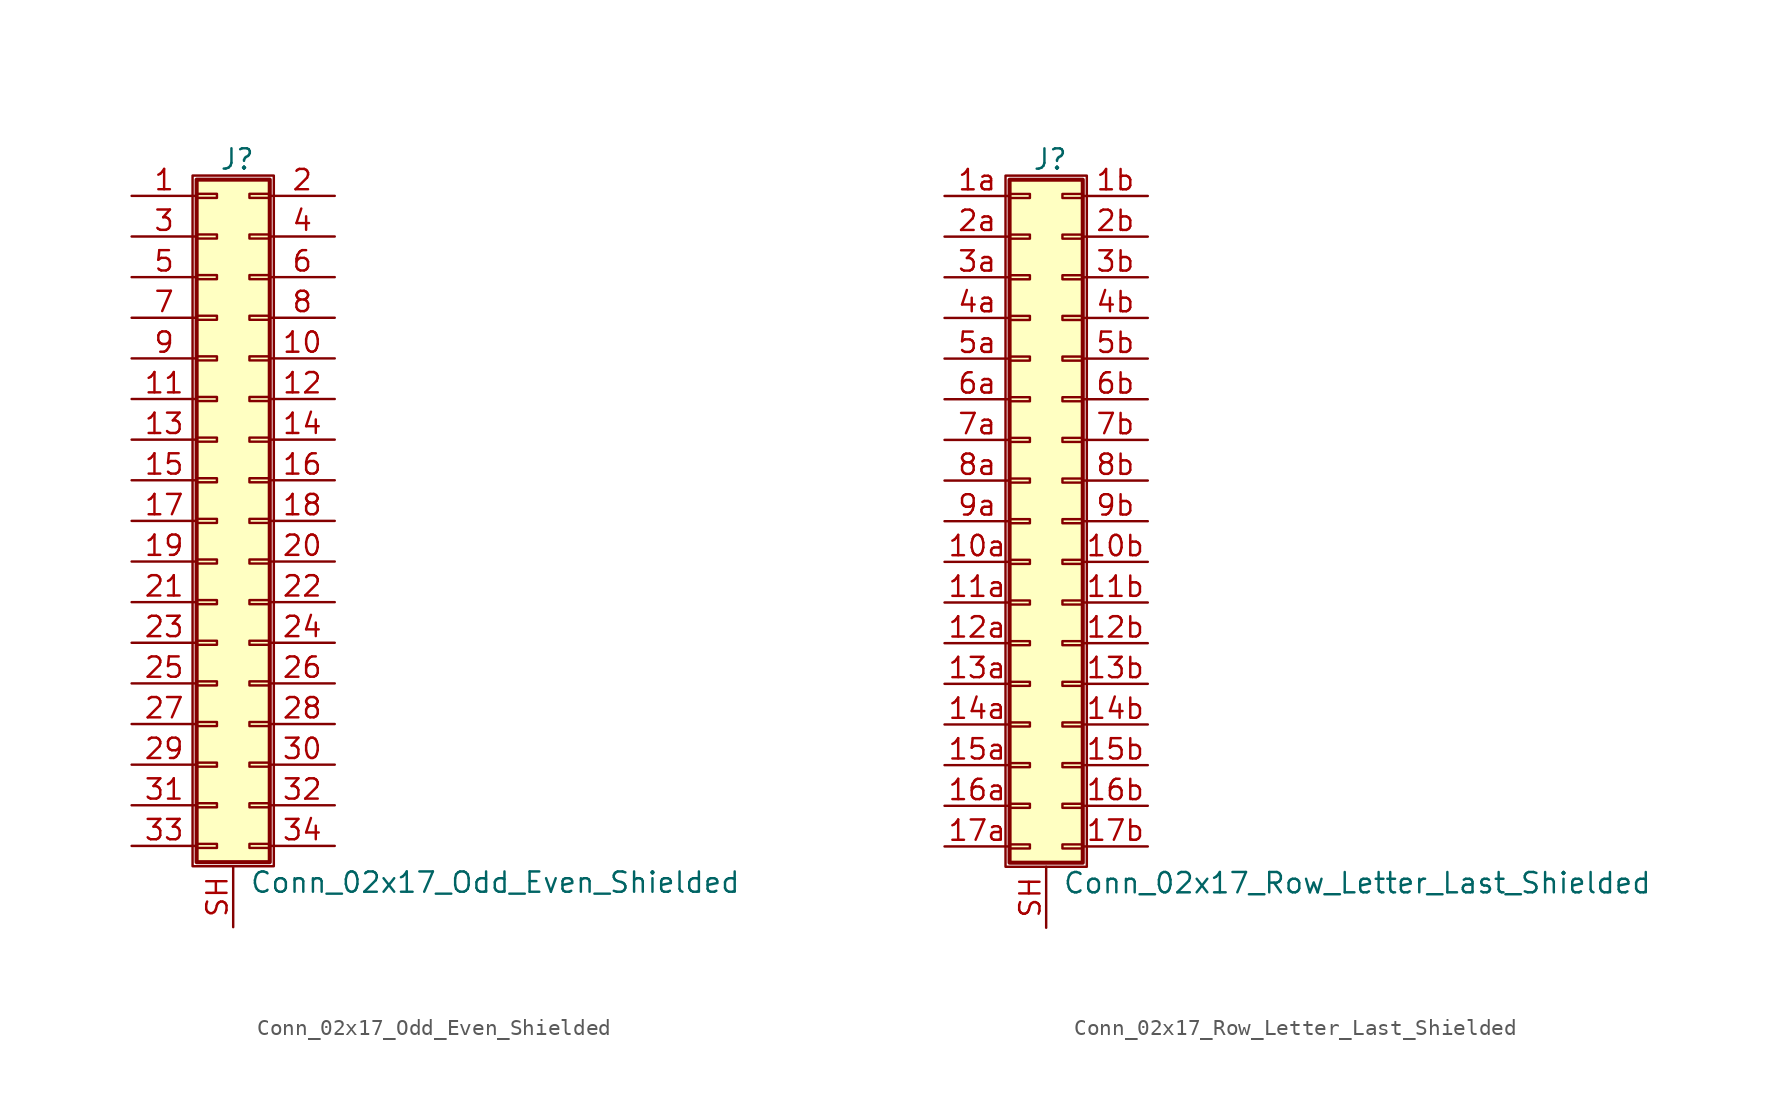
<source format=kicad_sym>
(kicad_symbol_lib
  (version 20201005)
  (generator kicad_symbol_editor)
  (symbol "Conn_02x17_Odd_Even_Shielded"
    (pin_names
      (offset 1.016) hide)
    (property "Reference" "J"
      (at 1.524 22.606 0)
      (effects (font (size 1.27 1.27))))
    (property "Value" "Conn_02x17_Odd_Even_Shielded"
      (at 2.286 -22.606 0)
      (effects (font (size 1.27 1.27)) (justify left)))
    (symbol "Conn_02x17_Odd_Even_Shielded_1_1"
      (rectangle (start -1.27 21.59) (end 3.81 -21.59) (stroke (width 0.152)) (fill (type none)))
      (rectangle (start -1.016 -20.193) (end 0.254 -20.447) (stroke (width 0.152)) (fill (type none)))
      (rectangle (start -1.016 -17.653) (end 0.254 -17.907) (stroke (width 0.152)) (fill (type none)))
      (rectangle (start -1.016 -15.113) (end 0.254 -15.367) (stroke (width 0.152)) (fill (type none)))
      (rectangle (start -1.016 -12.573) (end 0.254 -12.827) (stroke (width 0.152)) (fill (type none)))
      (rectangle (start -1.016 -10.033) (end 0.254 -10.287) (stroke (width 0.152)) (fill (type none)))
      (rectangle (start -1.016 -7.493) (end 0.254 -7.747) (stroke (width 0.152)) (fill (type none)))
      (rectangle (start -1.016 -4.953) (end 0.254 -5.207) (stroke (width 0.152)) (fill (type none)))
      (rectangle (start -1.016 -2.413) (end 0.254 -2.667) (stroke (width 0.152)) (fill (type none)))
      (rectangle (start -1.016 0.127) (end 0.254 -0.127) (stroke (width 0.152)) (fill (type none)))
      (rectangle (start -1.016 2.667) (end 0.254 2.413) (stroke (width 0.152)) (fill (type none)))
      (rectangle (start -1.016 5.207) (end 0.254 4.953) (stroke (width 0.152)) (fill (type none)))
      (rectangle (start -1.016 7.747) (end 0.254 7.493) (stroke (width 0.152)) (fill (type none)))
      (rectangle (start -1.016 10.287) (end 0.254 10.033) (stroke (width 0.152)) (fill (type none)))
      (rectangle (start -1.016 12.827) (end 0.254 12.573) (stroke (width 0.152)) (fill (type none)))
      (rectangle (start -1.016 15.367) (end 0.254 15.113) (stroke (width 0.152)) (fill (type none)))
      (rectangle (start -1.016 17.907) (end 0.254 17.653) (stroke (width 0.152)) (fill (type none)))
      (rectangle (start -1.016 20.447) (end 0.254 20.193) (stroke (width 0.152)) (fill (type none)))
      (rectangle (start -1.016 21.336) (end 3.556 -21.336) (stroke (width 0.254)) (fill (type background)))
      (rectangle (start 3.556 -20.193) (end 2.286 -20.447) (stroke (width 0.152)) (fill (type none)))
      (rectangle (start 3.556 -17.653) (end 2.286 -17.907) (stroke (width 0.152)) (fill (type none)))
      (rectangle (start 3.556 -15.113) (end 2.286 -15.367) (stroke (width 0.152)) (fill (type none)))
      (rectangle (start 3.556 -12.573) (end 2.286 -12.827) (stroke (width 0.152)) (fill (type none)))
      (rectangle (start 3.556 -10.033) (end 2.286 -10.287) (stroke (width 0.152)) (fill (type none)))
      (rectangle (start 3.556 -7.493) (end 2.286 -7.747) (stroke (width 0.152)) (fill (type none)))
      (rectangle (start 3.556 -4.953) (end 2.286 -5.207) (stroke (width 0.152)) (fill (type none)))
      (rectangle (start 3.556 -2.413) (end 2.286 -2.667) (stroke (width 0.152)) (fill (type none)))
      (rectangle (start 3.556 0.127) (end 2.286 -0.127) (stroke (width 0.152)) (fill (type none)))
      (rectangle (start 3.556 2.667) (end 2.286 2.413) (stroke (width 0.152)) (fill (type none)))
      (rectangle (start 3.556 5.207) (end 2.286 4.953) (stroke (width 0.152)) (fill (type none)))
      (rectangle (start 3.556 7.747) (end 2.286 7.493) (stroke (width 0.152)) (fill (type none)))
      (rectangle (start 3.556 10.287) (end 2.286 10.033) (stroke (width 0.152)) (fill (type none)))
      (rectangle (start 3.556 12.827) (end 2.286 12.573) (stroke (width 0.152)) (fill (type none)))
      (rectangle (start 3.556 15.367) (end 2.286 15.113) (stroke (width 0.152)) (fill (type none)))
      (rectangle (start 3.556 17.907) (end 2.286 17.653) (stroke (width 0.152)) (fill (type none)))
      (rectangle (start 3.556 20.447) (end 2.286 20.193) (stroke (width 0.152)) (fill (type none)))
      (pin passive line (at -5.08 20.32 0) (length 4.064) (name "Pin_1" (effects (font (size 1.27 1.27)))) (number "1" (effects (font (size 1.27 1.27)))))
      (pin passive line (at 7.62 10.16 180) (length 4.064) (name "Pin_10" (effects (font (size 1.27 1.27)))) (number "10" (effects (font (size 1.27 1.27)))))
      (pin passive line (at -5.08 7.62 0) (length 4.064) (name "Pin_11" (effects (font (size 1.27 1.27)))) (number "11" (effects (font (size 1.27 1.27)))))
      (pin passive line (at 7.62 7.62 180) (length 4.064) (name "Pin_12" (effects (font (size 1.27 1.27)))) (number "12" (effects (font (size 1.27 1.27)))))
      (pin passive line (at -5.08 5.08 0) (length 4.064) (name "Pin_13" (effects (font (size 1.27 1.27)))) (number "13" (effects (font (size 1.27 1.27)))))
      (pin passive line (at 7.62 5.08 180) (length 4.064) (name "Pin_14" (effects (font (size 1.27 1.27)))) (number "14" (effects (font (size 1.27 1.27)))))
      (pin passive line (at -5.08 2.54 0) (length 4.064) (name "Pin_15" (effects (font (size 1.27 1.27)))) (number "15" (effects (font (size 1.27 1.27)))))
      (pin passive line (at 7.62 2.54 180) (length 4.064) (name "Pin_16" (effects (font (size 1.27 1.27)))) (number "16" (effects (font (size 1.27 1.27)))))
      (pin passive line (at -5.08 0 0) (length 4.064) (name "Pin_17" (effects (font (size 1.27 1.27)))) (number "17" (effects (font (size 1.27 1.27)))))
      (pin passive line (at 7.62 0 180) (length 4.064) (name "Pin_18" (effects (font (size 1.27 1.27)))) (number "18" (effects (font (size 1.27 1.27)))))
      (pin passive line (at -5.08 -2.54 0) (length 4.064) (name "Pin_19" (effects (font (size 1.27 1.27)))) (number "19" (effects (font (size 1.27 1.27)))))
      (pin passive line (at 7.62 20.32 180) (length 4.064) (name "Pin_2" (effects (font (size 1.27 1.27)))) (number "2" (effects (font (size 1.27 1.27)))))
      (pin passive line (at 7.62 -2.54 180) (length 4.064) (name "Pin_20" (effects (font (size 1.27 1.27)))) (number "20" (effects (font (size 1.27 1.27)))))
      (pin passive line (at -5.08 -5.08 0) (length 4.064) (name "Pin_21" (effects (font (size 1.27 1.27)))) (number "21" (effects (font (size 1.27 1.27)))))
      (pin passive line (at 7.62 -5.08 180) (length 4.064) (name "Pin_22" (effects (font (size 1.27 1.27)))) (number "22" (effects (font (size 1.27 1.27)))))
      (pin passive line (at -5.08 -7.62 0) (length 4.064) (name "Pin_23" (effects (font (size 1.27 1.27)))) (number "23" (effects (font (size 1.27 1.27)))))
      (pin passive line (at 7.62 -7.62 180) (length 4.064) (name "Pin_24" (effects (font (size 1.27 1.27)))) (number "24" (effects (font (size 1.27 1.27)))))
      (pin passive line (at -5.08 -10.16 0) (length 4.064) (name "Pin_25" (effects (font (size 1.27 1.27)))) (number "25" (effects (font (size 1.27 1.27)))))
      (pin passive line (at 7.62 -10.16 180) (length 4.064) (name "Pin_26" (effects (font (size 1.27 1.27)))) (number "26" (effects (font (size 1.27 1.27)))))
      (pin passive line (at -5.08 -12.7 0) (length 4.064) (name "Pin_27" (effects (font (size 1.27 1.27)))) (number "27" (effects (font (size 1.27 1.27)))))
      (pin passive line (at 7.62 -12.7 180) (length 4.064) (name "Pin_28" (effects (font (size 1.27 1.27)))) (number "28" (effects (font (size 1.27 1.27)))))
      (pin passive line (at -5.08 -15.24 0) (length 4.064) (name "Pin_29" (effects (font (size 1.27 1.27)))) (number "29" (effects (font (size 1.27 1.27)))))
      (pin passive line (at -5.08 17.78 0) (length 4.064) (name "Pin_3" (effects (font (size 1.27 1.27)))) (number "3" (effects (font (size 1.27 1.27)))))
      (pin passive line (at 7.62 -15.24 180) (length 4.064) (name "Pin_30" (effects (font (size 1.27 1.27)))) (number "30" (effects (font (size 1.27 1.27)))))
      (pin passive line (at -5.08 -17.78 0) (length 4.064) (name "Pin_31" (effects (font (size 1.27 1.27)))) (number "31" (effects (font (size 1.27 1.27)))))
      (pin passive line (at 7.62 -17.78 180) (length 4.064) (name "Pin_32" (effects (font (size 1.27 1.27)))) (number "32" (effects (font (size 1.27 1.27)))))
      (pin passive line (at -5.08 -20.32 0) (length 4.064) (name "Pin_33" (effects (font (size 1.27 1.27)))) (number "33" (effects (font (size 1.27 1.27)))))
      (pin passive line (at 7.62 -20.32 180) (length 4.064) (name "Pin_34" (effects (font (size 1.27 1.27)))) (number "34" (effects (font (size 1.27 1.27)))))
      (pin passive line (at 7.62 17.78 180) (length 4.064) (name "Pin_4" (effects (font (size 1.27 1.27)))) (number "4" (effects (font (size 1.27 1.27)))))
      (pin passive line (at -5.08 15.24 0) (length 4.064) (name "Pin_5" (effects (font (size 1.27 1.27)))) (number "5" (effects (font (size 1.27 1.27)))))
      (pin passive line (at 7.62 15.24 180) (length 4.064) (name "Pin_6" (effects (font (size 1.27 1.27)))) (number "6" (effects (font (size 1.27 1.27)))))
      (pin passive line (at -5.08 12.7 0) (length 4.064) (name "Pin_7" (effects (font (size 1.27 1.27)))) (number "7" (effects (font (size 1.27 1.27)))))
      (pin passive line (at 7.62 12.7 180) (length 4.064) (name "Pin_8" (effects (font (size 1.27 1.27)))) (number "8" (effects (font (size 1.27 1.27)))))
      (pin passive line (at -5.08 10.16 0) (length 4.064) (name "Pin_9" (effects (font (size 1.27 1.27)))) (number "9" (effects (font (size 1.27 1.27)))))
      (pin passive line (at 1.27 -25.4 90) (length 3.81) (name "Shield" (effects (font (size 1.27 1.27)))) (number "SH" (effects (font (size 1.27 1.27)))))))
  (symbol "Conn_02x17_Row_Letter_Last_Shielded"
    (pin_names
      (offset 1.016) hide)
    (property "Reference" "J"
      (at 1.524 22.606 0)
      (effects (font (size 1.27 1.27))))
    (property "Value" "Conn_02x17_Row_Letter_Last_Shielded"
      (at 2.286 -22.606 0)
      (effects (font (size 1.27 1.27)) (justify left)))
    (symbol "Conn_02x17_Row_Letter_Last_Shielded_1_1"
      (rectangle (start -1.27 21.59) (end 3.81 -21.59) (stroke (width 0.152)) (fill (type none)))
      (rectangle (start -1.016 -20.193) (end 0.254 -20.447) (stroke (width 0.152)) (fill (type none)))
      (rectangle (start -1.016 -17.653) (end 0.254 -17.907) (stroke (width 0.152)) (fill (type none)))
      (rectangle (start -1.016 -15.113) (end 0.254 -15.367) (stroke (width 0.152)) (fill (type none)))
      (rectangle (start -1.016 -12.573) (end 0.254 -12.827) (stroke (width 0.152)) (fill (type none)))
      (rectangle (start -1.016 -10.033) (end 0.254 -10.287) (stroke (width 0.152)) (fill (type none)))
      (rectangle (start -1.016 -7.493) (end 0.254 -7.747) (stroke (width 0.152)) (fill (type none)))
      (rectangle (start -1.016 -4.953) (end 0.254 -5.207) (stroke (width 0.152)) (fill (type none)))
      (rectangle (start -1.016 -2.413) (end 0.254 -2.667) (stroke (width 0.152)) (fill (type none)))
      (rectangle (start -1.016 0.127) (end 0.254 -0.127) (stroke (width 0.152)) (fill (type none)))
      (rectangle (start -1.016 2.667) (end 0.254 2.413) (stroke (width 0.152)) (fill (type none)))
      (rectangle (start -1.016 5.207) (end 0.254 4.953) (stroke (width 0.152)) (fill (type none)))
      (rectangle (start -1.016 7.747) (end 0.254 7.493) (stroke (width 0.152)) (fill (type none)))
      (rectangle (start -1.016 10.287) (end 0.254 10.033) (stroke (width 0.152)) (fill (type none)))
      (rectangle (start -1.016 12.827) (end 0.254 12.573) (stroke (width 0.152)) (fill (type none)))
      (rectangle (start -1.016 15.367) (end 0.254 15.113) (stroke (width 0.152)) (fill (type none)))
      (rectangle (start -1.016 17.907) (end 0.254 17.653) (stroke (width 0.152)) (fill (type none)))
      (rectangle (start -1.016 20.447) (end 0.254 20.193) (stroke (width 0.152)) (fill (type none)))
      (rectangle (start -1.016 21.336) (end 3.556 -21.336) (stroke (width 0.254)) (fill (type background)))
      (rectangle (start 3.556 -20.193) (end 2.286 -20.447) (stroke (width 0.152)) (fill (type none)))
      (rectangle (start 3.556 -17.653) (end 2.286 -17.907) (stroke (width 0.152)) (fill (type none)))
      (rectangle (start 3.556 -15.113) (end 2.286 -15.367) (stroke (width 0.152)) (fill (type none)))
      (rectangle (start 3.556 -12.573) (end 2.286 -12.827) (stroke (width 0.152)) (fill (type none)))
      (rectangle (start 3.556 -10.033) (end 2.286 -10.287) (stroke (width 0.152)) (fill (type none)))
      (rectangle (start 3.556 -7.493) (end 2.286 -7.747) (stroke (width 0.152)) (fill (type none)))
      (rectangle (start 3.556 -4.953) (end 2.286 -5.207) (stroke (width 0.152)) (fill (type none)))
      (rectangle (start 3.556 -2.413) (end 2.286 -2.667) (stroke (width 0.152)) (fill (type none)))
      (rectangle (start 3.556 0.127) (end 2.286 -0.127) (stroke (width 0.152)) (fill (type none)))
      (rectangle (start 3.556 2.667) (end 2.286 2.413) (stroke (width 0.152)) (fill (type none)))
      (rectangle (start 3.556 5.207) (end 2.286 4.953) (stroke (width 0.152)) (fill (type none)))
      (rectangle (start 3.556 7.747) (end 2.286 7.493) (stroke (width 0.152)) (fill (type none)))
      (rectangle (start 3.556 10.287) (end 2.286 10.033) (stroke (width 0.152)) (fill (type none)))
      (rectangle (start 3.556 12.827) (end 2.286 12.573) (stroke (width 0.152)) (fill (type none)))
      (rectangle (start 3.556 15.367) (end 2.286 15.113) (stroke (width 0.152)) (fill (type none)))
      (rectangle (start 3.556 17.907) (end 2.286 17.653) (stroke (width 0.152)) (fill (type none)))
      (rectangle (start 3.556 20.447) (end 2.286 20.193) (stroke (width 0.152)) (fill (type none)))
      (pin passive line (at -5.08 -2.54 0) (length 4.064) (name "Pin_10a" (effects (font (size 1.27 1.27)))) (number "10a" (effects (font (size 1.27 1.27)))))
      (pin passive line (at 7.62 -2.54 180) (length 4.064) (name "Pin_10b" (effects (font (size 1.27 1.27)))) (number "10b" (effects (font (size 1.27 1.27)))))
      (pin passive line (at -5.08 -5.08 0) (length 4.064) (name "Pin_11a" (effects (font (size 1.27 1.27)))) (number "11a" (effects (font (size 1.27 1.27)))))
      (pin passive line (at 7.62 -5.08 180) (length 4.064) (name "Pin_11b" (effects (font (size 1.27 1.27)))) (number "11b" (effects (font (size 1.27 1.27)))))
      (pin passive line (at -5.08 -7.62 0) (length 4.064) (name "Pin_12a" (effects (font (size 1.27 1.27)))) (number "12a" (effects (font (size 1.27 1.27)))))
      (pin passive line (at 7.62 -7.62 180) (length 4.064) (name "Pin_12b" (effects (font (size 1.27 1.27)))) (number "12b" (effects (font (size 1.27 1.27)))))
      (pin passive line (at -5.08 -10.16 0) (length 4.064) (name "Pin_13a" (effects (font (size 1.27 1.27)))) (number "13a" (effects (font (size 1.27 1.27)))))
      (pin passive line (at 7.62 -10.16 180) (length 4.064) (name "Pin_13b" (effects (font (size 1.27 1.27)))) (number "13b" (effects (font (size 1.27 1.27)))))
      (pin passive line (at -5.08 -12.7 0) (length 4.064) (name "Pin_14a" (effects (font (size 1.27 1.27)))) (number "14a" (effects (font (size 1.27 1.27)))))
      (pin passive line (at 7.62 -12.7 180) (length 4.064) (name "Pin_14b" (effects (font (size 1.27 1.27)))) (number "14b" (effects (font (size 1.27 1.27)))))
      (pin passive line (at -5.08 -15.24 0) (length 4.064) (name "Pin_15a" (effects (font (size 1.27 1.27)))) (number "15a" (effects (font (size 1.27 1.27)))))
      (pin passive line (at 7.62 -15.24 180) (length 4.064) (name "Pin_15b" (effects (font (size 1.27 1.27)))) (number "15b" (effects (font (size 1.27 1.27)))))
      (pin passive line (at -5.08 -17.78 0) (length 4.064) (name "Pin_16a" (effects (font (size 1.27 1.27)))) (number "16a" (effects (font (size 1.27 1.27)))))
      (pin passive line (at 7.62 -17.78 180) (length 4.064) (name "Pin_16b" (effects (font (size 1.27 1.27)))) (number "16b" (effects (font (size 1.27 1.27)))))
      (pin passive line (at -5.08 -20.32 0) (length 4.064) (name "Pin_17a" (effects (font (size 1.27 1.27)))) (number "17a" (effects (font (size 1.27 1.27)))))
      (pin passive line (at 7.62 -20.32 180) (length 4.064) (name "Pin_17b" (effects (font (size 1.27 1.27)))) (number "17b" (effects (font (size 1.27 1.27)))))
      (pin passive line (at -5.08 20.32 0) (length 4.064) (name "Pin_1a" (effects (font (size 1.27 1.27)))) (number "1a" (effects (font (size 1.27 1.27)))))
      (pin passive line (at 7.62 20.32 180) (length 4.064) (name "Pin_1b" (effects (font (size 1.27 1.27)))) (number "1b" (effects (font (size 1.27 1.27)))))
      (pin passive line (at -5.08 17.78 0) (length 4.064) (name "Pin_2a" (effects (font (size 1.27 1.27)))) (number "2a" (effects (font (size 1.27 1.27)))))
      (pin passive line (at 7.62 17.78 180) (length 4.064) (name "Pin_2b" (effects (font (size 1.27 1.27)))) (number "2b" (effects (font (size 1.27 1.27)))))
      (pin passive line (at -5.08 15.24 0) (length 4.064) (name "Pin_3a" (effects (font (size 1.27 1.27)))) (number "3a" (effects (font (size 1.27 1.27)))))
      (pin passive line (at 7.62 15.24 180) (length 4.064) (name "Pin_3b" (effects (font (size 1.27 1.27)))) (number "3b" (effects (font (size 1.27 1.27)))))
      (pin passive line (at -5.08 12.7 0) (length 4.064) (name "Pin_4a" (effects (font (size 1.27 1.27)))) (number "4a" (effects (font (size 1.27 1.27)))))
      (pin passive line (at 7.62 12.7 180) (length 4.064) (name "Pin_4b" (effects (font (size 1.27 1.27)))) (number "4b" (effects (font (size 1.27 1.27)))))
      (pin passive line (at -5.08 10.16 0) (length 4.064) (name "Pin_5a" (effects (font (size 1.27 1.27)))) (number "5a" (effects (font (size 1.27 1.27)))))
      (pin passive line (at 7.62 10.16 180) (length 4.064) (name "Pin_5b" (effects (font (size 1.27 1.27)))) (number "5b" (effects (font (size 1.27 1.27)))))
      (pin passive line (at -5.08 7.62 0) (length 4.064) (name "Pin_6a" (effects (font (size 1.27 1.27)))) (number "6a" (effects (font (size 1.27 1.27)))))
      (pin passive line (at 7.62 7.62 180) (length 4.064) (name "Pin_6b" (effects (font (size 1.27 1.27)))) (number "6b" (effects (font (size 1.27 1.27)))))
      (pin passive line (at -5.08 5.08 0) (length 4.064) (name "Pin_7a" (effects (font (size 1.27 1.27)))) (number "7a" (effects (font (size 1.27 1.27)))))
      (pin passive line (at 7.62 5.08 180) (length 4.064) (name "Pin_7b" (effects (font (size 1.27 1.27)))) (number "7b" (effects (font (size 1.27 1.27)))))
      (pin passive line (at -5.08 2.54 0) (length 4.064) (name "Pin_8a" (effects (font (size 1.27 1.27)))) (number "8a" (effects (font (size 1.27 1.27)))))
      (pin passive line (at 7.62 2.54 180) (length 4.064) (name "Pin_8b" (effects (font (size 1.27 1.27)))) (number "8b" (effects (font (size 1.27 1.27)))))
      (pin passive line (at -5.08 0 0) (length 4.064) (name "Pin_9a" (effects (font (size 1.27 1.27)))) (number "9a" (effects (font (size 1.27 1.27)))))
      (pin passive line (at 7.62 0 180) (length 4.064) (name "Pin_9b" (effects (font (size 1.27 1.27)))) (number "9b" (effects (font (size 1.27 1.27)))))
      (pin passive line (at 1.27 -25.4 90) (length 3.81) (name "Shield" (effects (font (size 1.27 1.27)))) (number "SH" (effects (font (size 1.27 1.27))))))))
</source>
